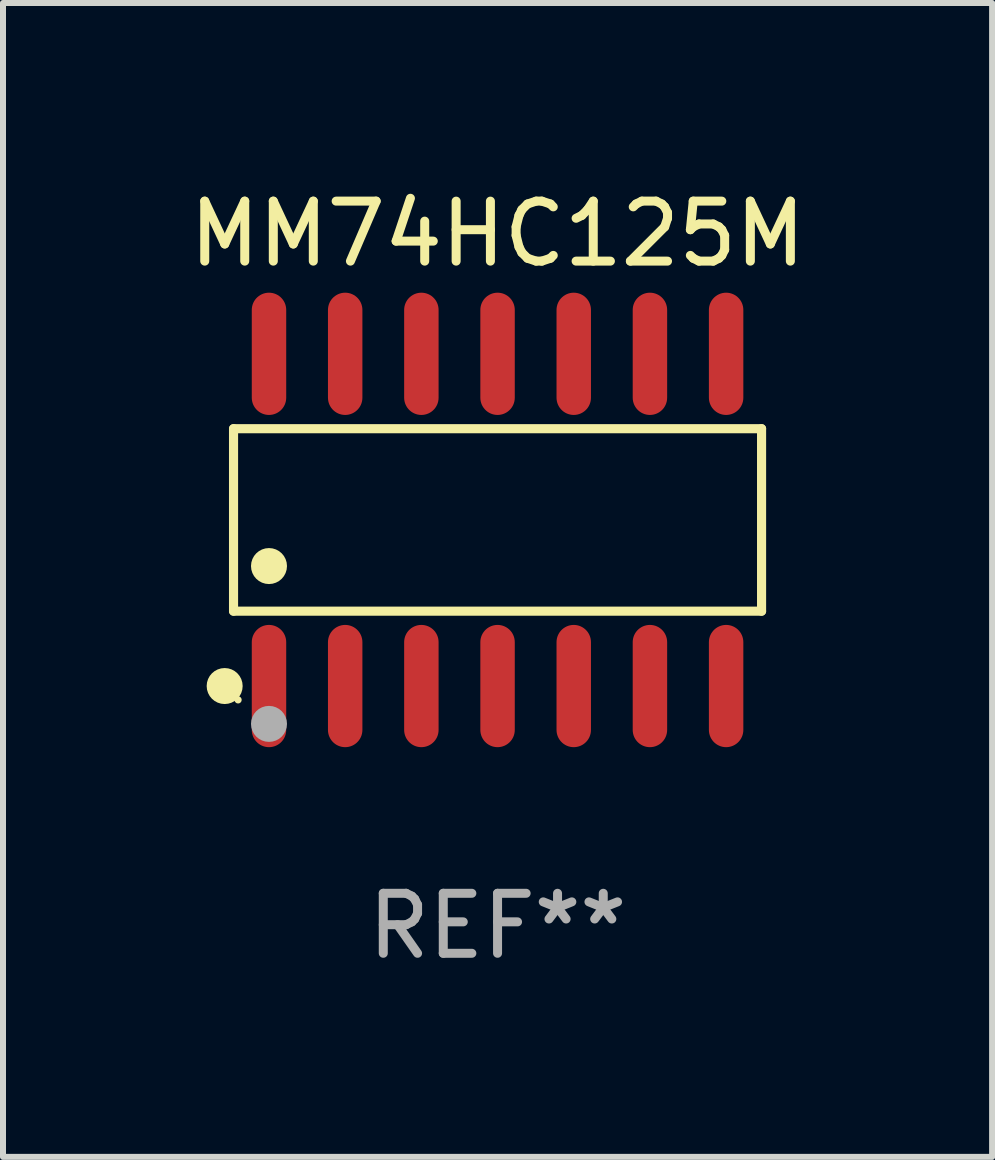
<source format=kicad_pcb>
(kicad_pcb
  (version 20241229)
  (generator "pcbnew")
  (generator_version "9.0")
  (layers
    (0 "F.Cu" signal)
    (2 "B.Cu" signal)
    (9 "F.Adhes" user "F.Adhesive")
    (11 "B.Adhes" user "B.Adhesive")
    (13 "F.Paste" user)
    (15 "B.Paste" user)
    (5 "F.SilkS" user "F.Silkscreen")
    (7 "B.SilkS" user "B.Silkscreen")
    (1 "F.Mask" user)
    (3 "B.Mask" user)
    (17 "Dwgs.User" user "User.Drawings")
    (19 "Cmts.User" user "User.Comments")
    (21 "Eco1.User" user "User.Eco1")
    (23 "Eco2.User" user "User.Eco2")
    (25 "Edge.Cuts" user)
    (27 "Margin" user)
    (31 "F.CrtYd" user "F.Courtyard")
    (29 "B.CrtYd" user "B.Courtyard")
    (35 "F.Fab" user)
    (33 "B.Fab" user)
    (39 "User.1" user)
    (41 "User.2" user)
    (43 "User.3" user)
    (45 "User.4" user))
  (footprint "MM74HC125M"
    (layer "F.Cu")
    (at 5.244 5.617)
    (property "Reference" "MM74HC125M" (at 0 -4.769 0) (layer "F.SilkS") (effects (font (size 1 1) (thickness 0.15))))
    (attr through_hole)
    (fp_line (start -4.401 -1.521) (end 4.401 -1.521) (stroke (width 0.152) (type solid)) (layer "F.SilkS"))
    (fp_line (start -4.401 1.521) (end -4.401 -1.521) (stroke (width 0.152) (type solid)) (layer "F.SilkS"))
    (fp_line (start 4.401 -1.521) (end 4.401 1.521) (stroke (width 0.152) (type solid)) (layer "F.SilkS"))
    (fp_line (start 4.401 1.521) (end -4.401 1.521) (stroke (width 0.152) (type solid)) (layer "F.SilkS"))
    (fp_circle (center -4.549 2.769) (end -4.399 2.769) (stroke (width 0.3) (type solid)) (fill no) (layer "F.SilkS"))
    (fp_circle (center -4.325 3) (end -4.295 3) (stroke (width 0.06) (type solid)) (fill no) (layer "F.SilkS"))
    (fp_circle (center -3.81 0.769) (end -3.66 0.769) (stroke (width 0.3) (type solid)) (fill no) (layer "F.SilkS"))
    (fp_circle (center -3.81 3.4) (end -3.66 3.4) (stroke (width 0.3) (type solid)) (fill no) (layer "F.Fab"))
    (fp_text user "REF**" (at 0 6.769 0) (layer "F.Fab") (effects (font (size 1 1) (thickness 0.15))))
    (pad "1" smd oval (at -3.81 2.769) (size 0.574 2.038) (layers "F.Cu" "F.Mask" "F.Paste"))
    (pad "2" smd oval (at -2.54 2.769) (size 0.574 2.038) (layers "F.Cu" "F.Mask" "F.Paste"))
    (pad "3" smd oval (at -1.27 2.769) (size 0.574 2.038) (layers "F.Cu" "F.Mask" "F.Paste"))
    (pad "4" smd oval (at 0 2.769) (size 0.574 2.038) (layers "F.Cu" "F.Mask" "F.Paste"))
    (pad "5" smd oval (at 1.27 2.769) (size 0.574 2.038) (layers "F.Cu" "F.Mask" "F.Paste"))
    (pad "6" smd oval (at 2.54 2.769) (size 0.574 2.038) (layers "F.Cu" "F.Mask" "F.Paste"))
    (pad "7" smd oval (at 3.81 2.769) (size 0.574 2.038) (layers "F.Cu" "F.Mask" "F.Paste"))
    (pad "8" smd oval (at 3.81 -2.769) (size 0.574 2.038) (layers "F.Cu" "F.Mask" "F.Paste"))
    (pad "9" smd oval (at 2.54 -2.769) (size 0.574 2.038) (layers "F.Cu" "F.Mask" "F.Paste"))
    (pad "10" smd oval (at 1.27 -2.769) (size 0.574 2.038) (layers "F.Cu" "F.Mask" "F.Paste"))
    (pad "11" smd oval (at 0 -2.769) (size 0.574 2.038) (layers "F.Cu" "F.Mask" "F.Paste"))
    (pad "12" smd oval (at -1.27 -2.769) (size 0.574 2.038) (layers "F.Cu" "F.Mask" "F.Paste"))
    (pad "13" smd oval (at -2.54 -2.769) (size 0.574 2.038) (layers "F.Cu" "F.Mask" "F.Paste"))
    (pad "14" smd oval (at -3.81 -2.769) (size 0.574 2.038) (layers "F.Cu" "F.Mask" "F.Paste")))
  (gr_rect
    (start -3 -3)
    (end 13.488 16.235)
    (stroke (width 0.1) (type default))
    (fill no)
    (layer "Edge.Cuts")))
</source>
